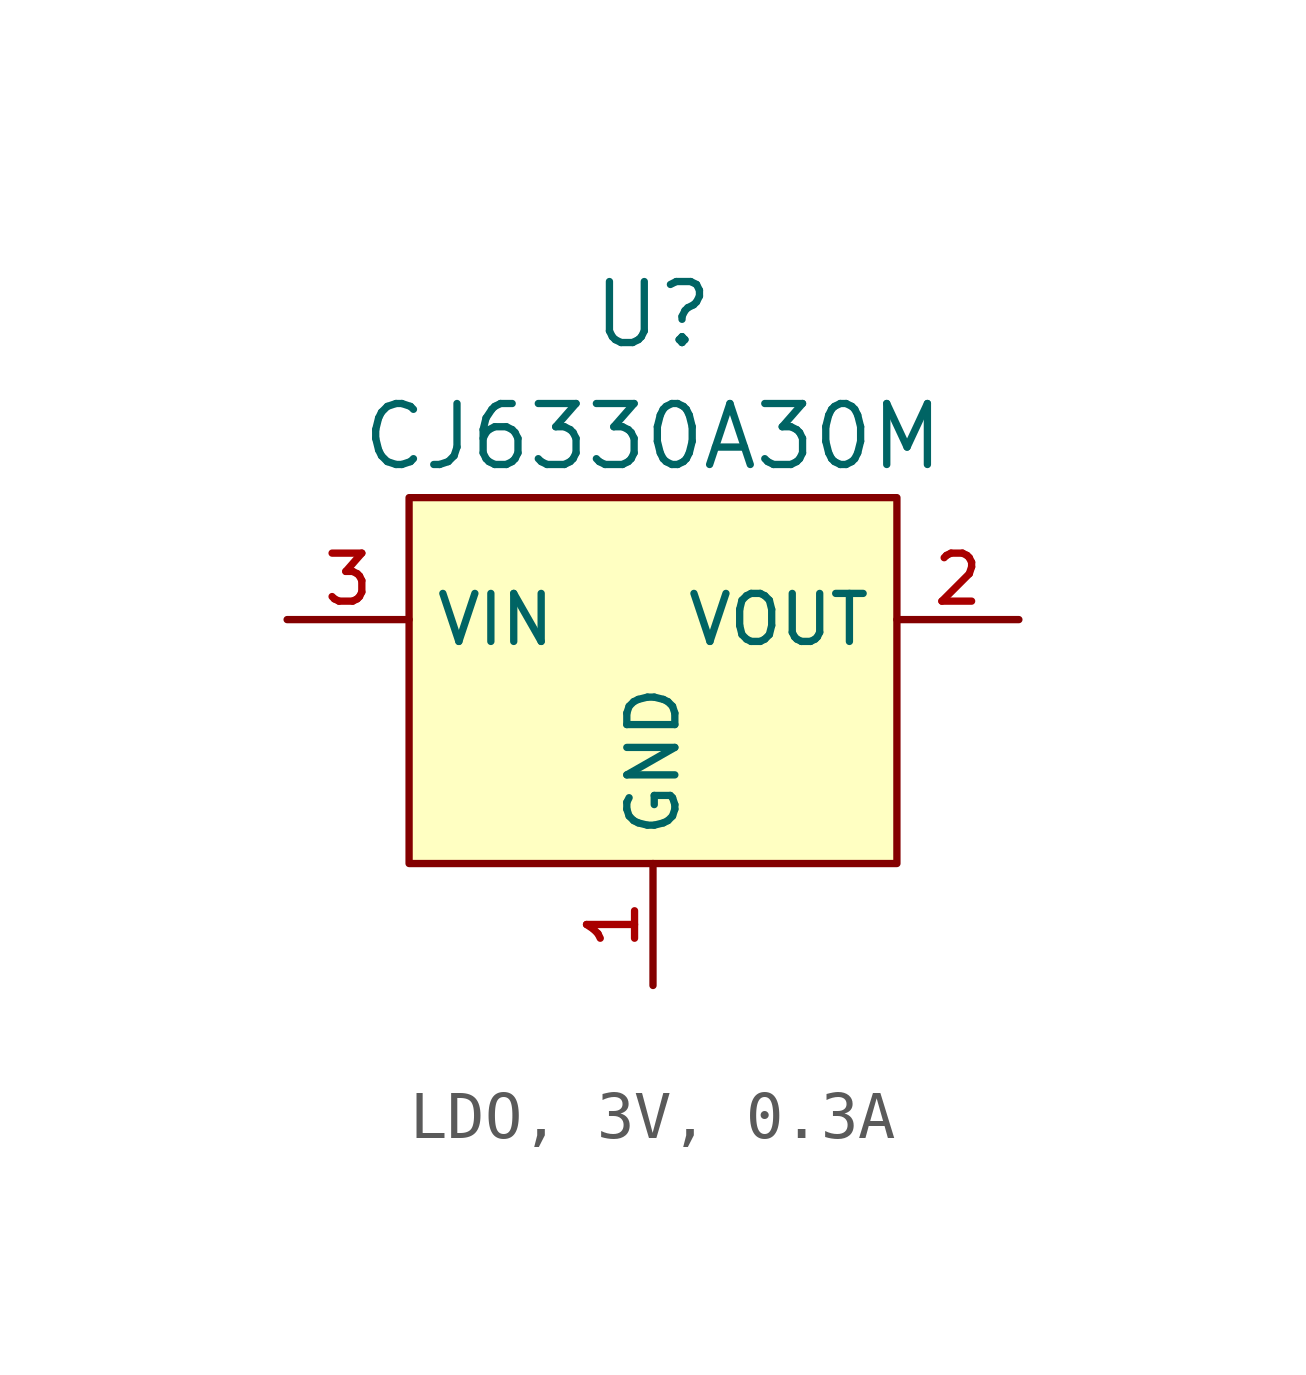
<source format=kicad_sym>
(kicad_symbol_lib
  (version 20231120)
  (generator "CDFER_Archive_Tool")
  (generator_version "0.0")
  (symbol "LDO, 3V, 0.3A"
    (property "Reference" "U"
      (at 0 8.89 0)
      (effects (font (size 1.27 1.27))))
    (property "Value" "CJ6330A30M"
      (at 0 6.35 0)
      (effects (font (size 1.27 1.27))))
    (symbol "LDO, 3V, 0.3A_0_1"
      (rectangle (start -5.08 5.08) (end 5.08 -2.54) (stroke (width 0) (type default)) (fill (type background)))
      (pin unspecified line (at 0 -5.08 90) (length 2.54) (name "GND" (effects (font (size 1 1)))) (number "1" (effects (font (size 1 1))))))
    (symbol "LDO, 3V, 0.3A_1_1"
      (pin unspecified line (at 7.62 2.54 180) (length 2.54) (name "VOUT" (effects (font (size 1 1)))) (number "2" (effects (font (size 1 1)))))
      (pin unspecified line (at -7.62 2.54 0) (length 2.54) (name "VIN" (effects (font (size 1 1)))) (number "3" (effects (font (size 1 1))))))))
</source>
